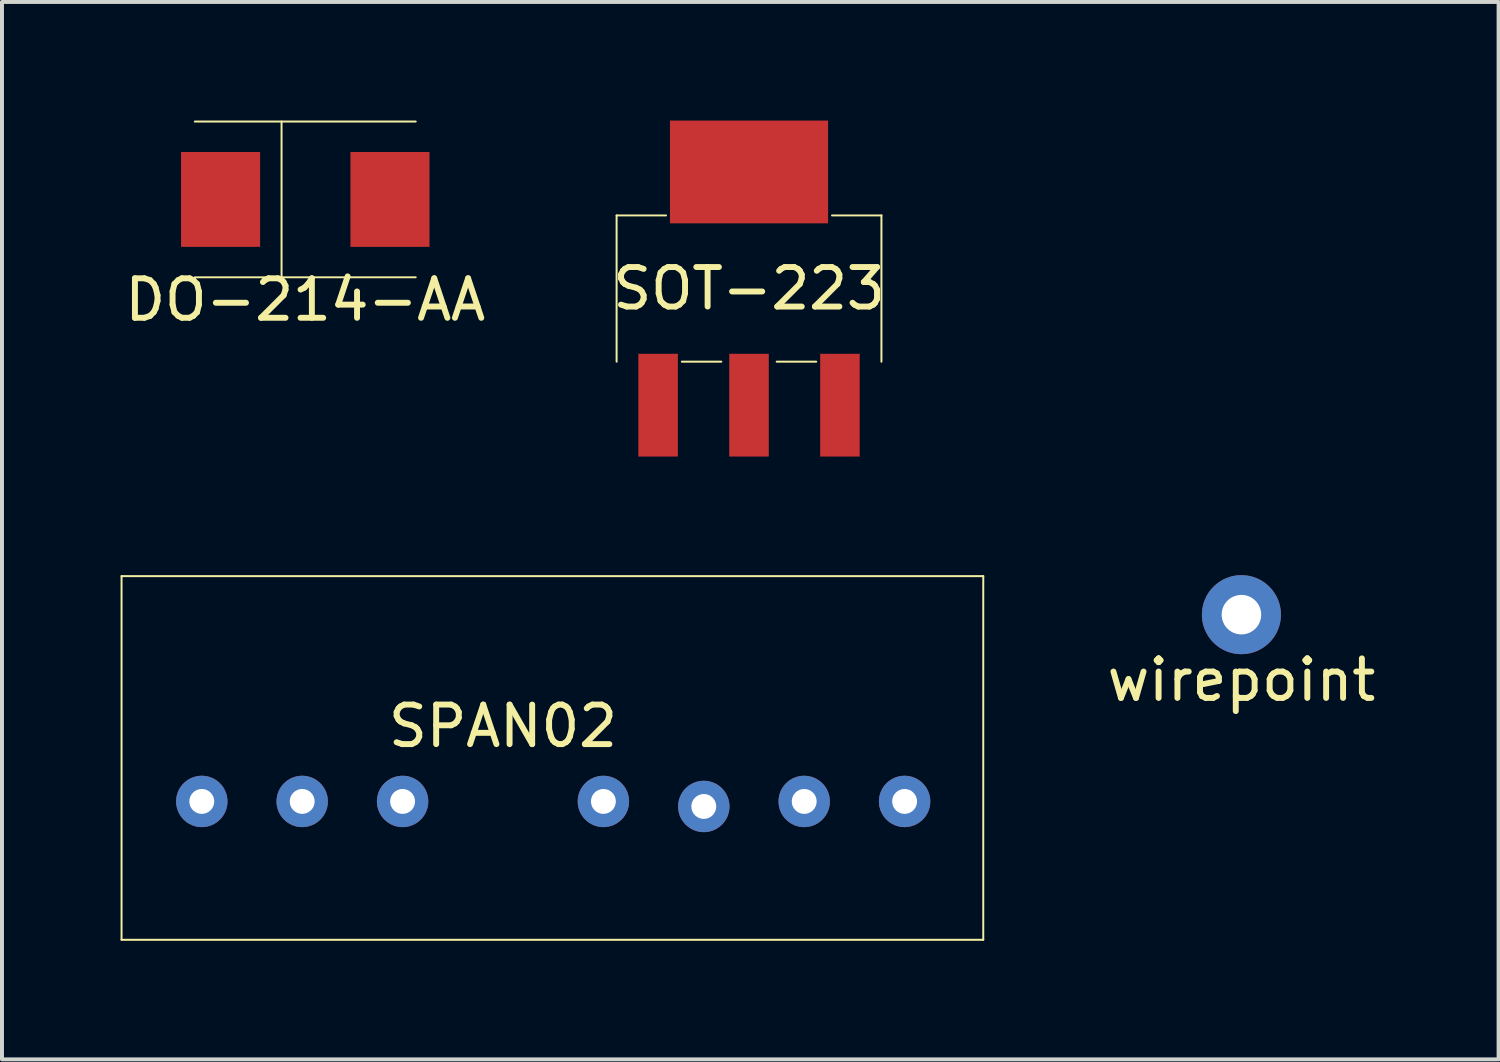
<source format=kicad_pcb>
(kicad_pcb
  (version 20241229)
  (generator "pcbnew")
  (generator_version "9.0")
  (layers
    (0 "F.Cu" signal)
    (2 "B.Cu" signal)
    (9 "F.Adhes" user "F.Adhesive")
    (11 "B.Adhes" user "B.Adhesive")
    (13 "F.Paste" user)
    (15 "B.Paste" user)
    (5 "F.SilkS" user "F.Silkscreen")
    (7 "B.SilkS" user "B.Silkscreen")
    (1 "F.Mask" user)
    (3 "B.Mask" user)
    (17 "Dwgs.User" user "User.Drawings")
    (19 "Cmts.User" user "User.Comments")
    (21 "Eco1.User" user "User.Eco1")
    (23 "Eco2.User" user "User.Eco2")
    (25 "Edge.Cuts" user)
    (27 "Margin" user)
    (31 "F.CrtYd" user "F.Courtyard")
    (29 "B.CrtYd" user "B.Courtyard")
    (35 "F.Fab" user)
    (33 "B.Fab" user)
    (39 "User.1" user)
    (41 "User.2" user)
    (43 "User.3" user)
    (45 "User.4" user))
  (footprint "DO-214-AA"
    (layer "F.Cu")
    (at 4.673 1.995)
    (property "Reference" "DO-214-AA" (at 0 2.54 0) (layer "F.SilkS") (effects (font (size 1 1) (thickness 0.15))))
    (attr through_hole)
    (fp_line (start -2.794 1.97) (end 2.794 1.97) (stroke (width 0.05) (type solid)) (layer "F.SilkS"))
    (fp_line (start -0.6 1.97) (end -0.6 -1.97) (stroke (width 0.05) (type solid)) (layer "F.SilkS"))
    (fp_line (start 2.794 -1.97) (end -2.794 -1.97) (stroke (width 0.05) (type solid)) (layer "F.SilkS"))
    (pad "1" smd rect (at -2.143 0) (size 2 2.4) (layers "F.Cu" "F.Mask" "F.Paste"))
    (pad "2" smd rect (at 2.143 0) (size 2 2.4) (layers "F.Cu" "F.Mask" "F.Paste")))
  (footprint "SPAN02"
    (layer "F.Cu")
    (at 9.675 17.225)
    (property "Reference" "SPAN02" (at 0 -1.905 0) (layer "F.SilkS") (effects (font (size 1 1) (thickness 0.15))))
    (attr through_hole)
    (fp_line (start -9.65 3.5) (end -9.65 -5.7) (stroke (width 0.05) (type solid)) (layer "F.SilkS"))
    (fp_line (start 12.15 -5.7) (end -9.65 -5.7) (stroke (width 0.05) (type solid)) (layer "F.SilkS"))
    (fp_line (start 12.15 3.5) (end -9.65 3.5) (stroke (width 0.05) (type solid)) (layer "F.SilkS"))
    (fp_line (start 12.15 3.5) (end 12.15 -5.7) (stroke (width 0.05) (type solid)) (layer "F.SilkS"))
    (pad "1" thru_hole circle (at -7.62 0) (size 1.3 1.3) (drill 0.63) (layers "*.Cu" "*.Mask"))
    (pad "2" thru_hole circle (at -5.08 0) (size 1.3 1.3) (drill 0.63) (layers "*.Cu" "*.Mask"))
    (pad "3" thru_hole circle (at -2.54 0) (size 1.3 1.3) (drill 0.63) (layers "*.Cu" "*.Mask"))
    (pad "5" thru_hole circle (at 2.54 0) (size 1.3 1.3) (drill 0.63) (layers "*.Cu" "*.Mask"))
    (pad "6" thru_hole circle (at 5.08 0.127) (size 1.3 1.3) (drill 0.63) (layers "*.Cu" "*.Mask"))
    (pad "7" thru_hole circle (at 7.62 0) (size 1.3 1.3) (drill 0.63) (layers "*.Cu" "*.Mask"))
    (pad "8" thru_hole circle (at 10.16 0) (size 1.3 1.3) (drill 0.63) (layers "*.Cu" "*.Mask")))
  (footprint "SOT-223"
    (layer "F.Cu")
    (at 15.899 4.25)
    (property "Reference" "SOT-223" (at 0 0 0) (layer "F.SilkS") (effects (font (size 1 1) (thickness 0.15))))
    (attr through_hole)
    (fp_line (start -3.35 -1.85) (end -2.1 -1.85) (stroke (width 0.05) (type solid)) (layer "F.SilkS"))
    (fp_line (start -3.35 1.85) (end -3.35 -1.85) (stroke (width 0.05) (type solid)) (layer "F.SilkS"))
    (fp_line (start -1.7 1.85) (end -0.7 1.85) (stroke (width 0.05) (type solid)) (layer "F.SilkS"))
    (fp_line (start 0.7 1.85) (end 1.7 1.85) (stroke (width 0.05) (type solid)) (layer "F.SilkS"))
    (fp_line (start 2.1 -1.85) (end 3.35 -1.85) (stroke (width 0.05) (type solid)) (layer "F.SilkS"))
    (fp_line (start 3.35 1.85) (end 3.35 -1.85) (stroke (width 0.05) (type solid)) (layer "F.SilkS"))
    (pad "1" smd rect (at -2.3 2.95) (size 1 2.6) (layers "F.Cu" "F.Mask" "F.Paste"))
    (pad "2" smd rect (at 0 2.95) (size 1 2.6) (layers "F.Cu" "F.Mask" "F.Paste"))
    (pad "3" smd rect (at 2.3 2.95) (size 1 2.6) (layers "F.Cu" "F.Mask" "F.Paste"))
    (pad "4" smd rect (at 0 -2.95) (size 4 2.6) (layers "F.Cu" "F.Mask" "F.Paste")))
  (footprint "wirepoint"
    (layer "F.Cu")
    (at 28.356 12.5)
    (property "Reference" "wirepoint" (at 0 1.651 0) (layer "F.SilkS") (effects (font (size 1 1) (thickness 0.15))))
    (attr through_hole)
    (pad "1" thru_hole circle (at 0 0) (size 2 2) (drill 1) (layers "*.Cu" "*.Mask")))
  (gr_rect
    (start -3 -3)
    (end 34.862 23.75)
    (stroke (width 0.1) (type default))
    (fill no)
    (layer "Edge.Cuts")))
</source>
